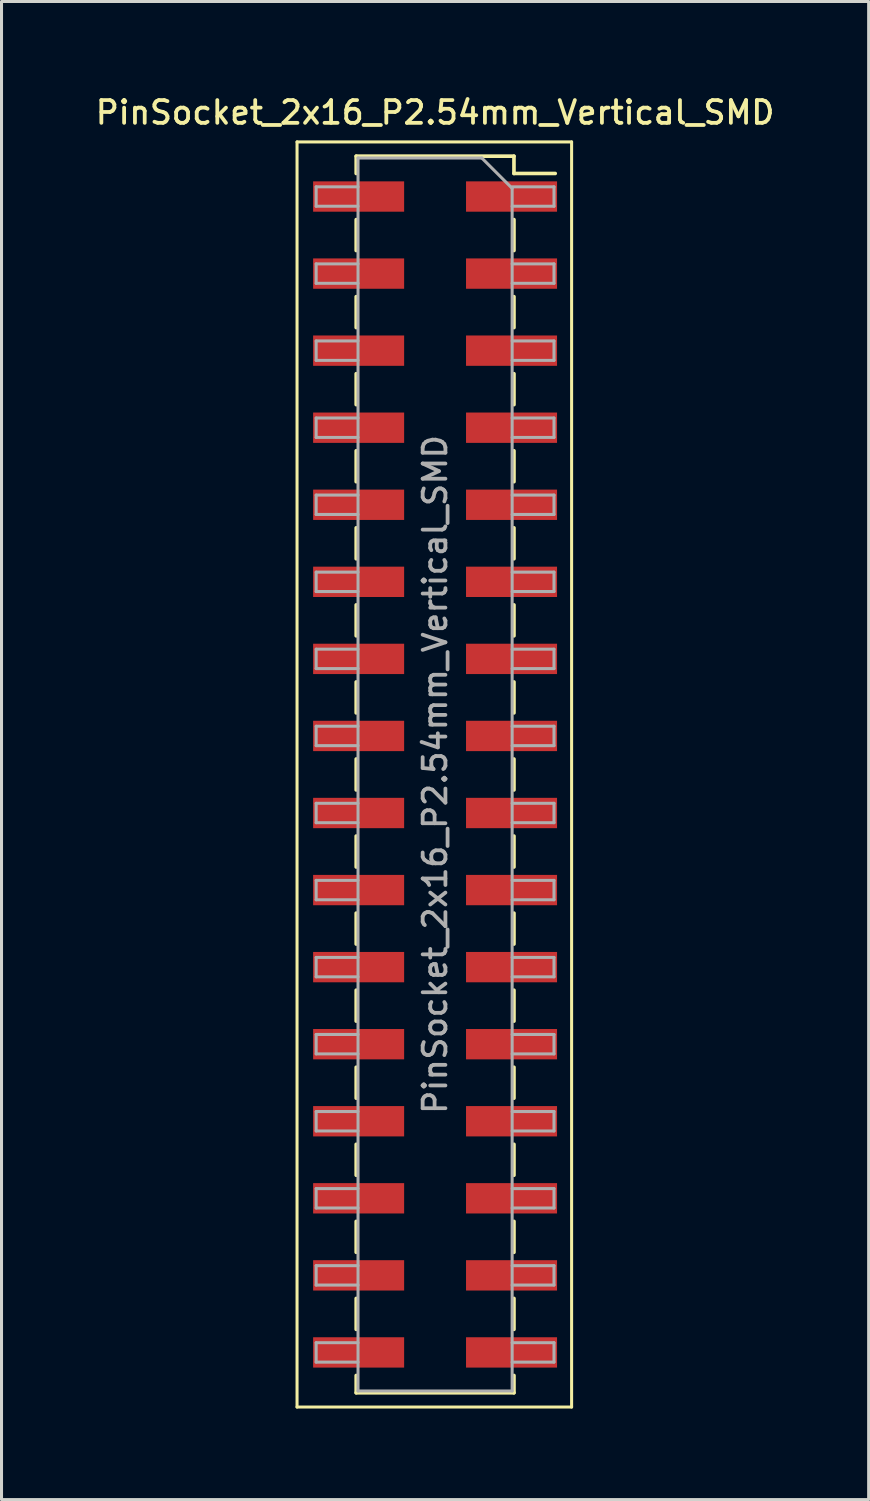
<source format=kicad_pcb>
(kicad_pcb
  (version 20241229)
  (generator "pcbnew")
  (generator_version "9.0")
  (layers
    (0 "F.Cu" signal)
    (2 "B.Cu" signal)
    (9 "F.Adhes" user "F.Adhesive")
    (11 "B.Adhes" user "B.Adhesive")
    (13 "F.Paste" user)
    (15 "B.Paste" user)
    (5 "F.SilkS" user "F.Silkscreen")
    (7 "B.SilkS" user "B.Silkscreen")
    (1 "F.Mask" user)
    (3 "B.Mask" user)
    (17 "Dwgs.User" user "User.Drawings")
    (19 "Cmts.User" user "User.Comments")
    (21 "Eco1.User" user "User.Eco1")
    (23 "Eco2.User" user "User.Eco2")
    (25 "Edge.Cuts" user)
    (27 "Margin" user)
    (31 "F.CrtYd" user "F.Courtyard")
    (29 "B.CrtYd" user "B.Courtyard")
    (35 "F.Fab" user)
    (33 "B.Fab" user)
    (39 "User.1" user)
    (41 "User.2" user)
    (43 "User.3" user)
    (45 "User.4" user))
  (footprint "PinSocket_2x16_P2.54mm_Vertical_SMD"
    (layer "F.Cu")
    (at 11.291 22.478)
    (property "Reference" "PinSocket_2x16_P2.54mm_Vertical_SMD" (at 0 -21.82 0) (layer "F.SilkS") (effects (font (size 0.75 0.75) (thickness 0.125))))
    (attr smd)
    (fp_line (start -4.55 -20.85) (end 4.5 -20.85) (stroke (width 0.1) (type solid)) (layer "F.SilkS"))
    (fp_line (start -4.55 20.85) (end -4.55 -20.85) (stroke (width 0.1) (type solid)) (layer "F.SilkS"))
    (fp_line (start -2.6 -20.38) (end -2.6 -19.81) (stroke (width 0.12) (type solid)) (layer "F.SilkS"))
    (fp_line (start -2.6 -20.38) (end 2.6 -20.38) (stroke (width 0.12) (type solid)) (layer "F.SilkS"))
    (fp_line (start -2.6 -18.29) (end -2.6 -17.27) (stroke (width 0.12) (type solid)) (layer "F.SilkS"))
    (fp_line (start -2.6 -15.75) (end -2.6 -14.73) (stroke (width 0.12) (type solid)) (layer "F.SilkS"))
    (fp_line (start -2.6 -13.21) (end -2.6 -12.19) (stroke (width 0.12) (type solid)) (layer "F.SilkS"))
    (fp_line (start -2.6 -10.67) (end -2.6 -9.65) (stroke (width 0.12) (type solid)) (layer "F.SilkS"))
    (fp_line (start -2.6 -8.13) (end -2.6 -7.11) (stroke (width 0.12) (type solid)) (layer "F.SilkS"))
    (fp_line (start -2.6 -5.59) (end -2.6 -4.57) (stroke (width 0.12) (type solid)) (layer "F.SilkS"))
    (fp_line (start -2.6 -3.05) (end -2.6 -2.03) (stroke (width 0.12) (type solid)) (layer "F.SilkS"))
    (fp_line (start -2.6 -0.51) (end -2.6 0.51) (stroke (width 0.12) (type solid)) (layer "F.SilkS"))
    (fp_line (start -2.6 2.03) (end -2.6 3.05) (stroke (width 0.12) (type solid)) (layer "F.SilkS"))
    (fp_line (start -2.6 4.57) (end -2.6 5.59) (stroke (width 0.12) (type solid)) (layer "F.SilkS"))
    (fp_line (start -2.6 7.11) (end -2.6 8.13) (stroke (width 0.12) (type solid)) (layer "F.SilkS"))
    (fp_line (start -2.6 9.65) (end -2.6 10.67) (stroke (width 0.12) (type solid)) (layer "F.SilkS"))
    (fp_line (start -2.6 12.19) (end -2.6 13.21) (stroke (width 0.12) (type solid)) (layer "F.SilkS"))
    (fp_line (start -2.6 14.73) (end -2.6 15.75) (stroke (width 0.12) (type solid)) (layer "F.SilkS"))
    (fp_line (start -2.6 17.27) (end -2.6 18.29) (stroke (width 0.12) (type solid)) (layer "F.SilkS"))
    (fp_line (start -2.6 19.81) (end -2.6 20.38) (stroke (width 0.12) (type solid)) (layer "F.SilkS"))
    (fp_line (start -2.6 20.38) (end 2.6 20.38) (stroke (width 0.12) (type solid)) (layer "F.SilkS"))
    (fp_line (start 2.6 -20.38) (end 2.6 -19.81) (stroke (width 0.12) (type solid)) (layer "F.SilkS"))
    (fp_line (start 2.6 -19.81) (end 3.96 -19.81) (stroke (width 0.12) (type solid)) (layer "F.SilkS"))
    (fp_line (start 2.6 -18.29) (end 2.6 -17.27) (stroke (width 0.12) (type solid)) (layer "F.SilkS"))
    (fp_line (start 2.6 -15.75) (end 2.6 -14.73) (stroke (width 0.12) (type solid)) (layer "F.SilkS"))
    (fp_line (start 2.6 -13.21) (end 2.6 -12.19) (stroke (width 0.12) (type solid)) (layer "F.SilkS"))
    (fp_line (start 2.6 -10.67) (end 2.6 -9.65) (stroke (width 0.12) (type solid)) (layer "F.SilkS"))
    (fp_line (start 2.6 -8.13) (end 2.6 -7.11) (stroke (width 0.12) (type solid)) (layer "F.SilkS"))
    (fp_line (start 2.6 -5.59) (end 2.6 -4.57) (stroke (width 0.12) (type solid)) (layer "F.SilkS"))
    (fp_line (start 2.6 -3.05) (end 2.6 -2.03) (stroke (width 0.12) (type solid)) (layer "F.SilkS"))
    (fp_line (start 2.6 -0.51) (end 2.6 0.51) (stroke (width 0.12) (type solid)) (layer "F.SilkS"))
    (fp_line (start 2.6 2.03) (end 2.6 3.05) (stroke (width 0.12) (type solid)) (layer "F.SilkS"))
    (fp_line (start 2.6 4.57) (end 2.6 5.59) (stroke (width 0.12) (type solid)) (layer "F.SilkS"))
    (fp_line (start 2.6 7.11) (end 2.6 8.13) (stroke (width 0.12) (type solid)) (layer "F.SilkS"))
    (fp_line (start 2.6 9.65) (end 2.6 10.67) (stroke (width 0.12) (type solid)) (layer "F.SilkS"))
    (fp_line (start 2.6 12.19) (end 2.6 13.21) (stroke (width 0.12) (type solid)) (layer "F.SilkS"))
    (fp_line (start 2.6 14.73) (end 2.6 15.75) (stroke (width 0.12) (type solid)) (layer "F.SilkS"))
    (fp_line (start 2.6 17.27) (end 2.6 18.29) (stroke (width 0.12) (type solid)) (layer "F.SilkS"))
    (fp_line (start 2.6 19.81) (end 2.6 20.38) (stroke (width 0.12) (type solid)) (layer "F.SilkS"))
    (fp_line (start 4.5 -20.85) (end 4.5 20.85) (stroke (width 0.1) (type solid)) (layer "F.SilkS"))
    (fp_line (start 4.5 20.85) (end -4.55 20.85) (stroke (width 0.1) (type solid)) (layer "F.SilkS"))
    (fp_line (start -3.92 -19.37) (end -2.54 -19.37) (stroke (width 0.1) (type solid)) (layer "F.Fab"))
    (fp_line (start -3.92 -18.73) (end -3.92 -19.37) (stroke (width 0.1) (type solid)) (layer "F.Fab"))
    (fp_line (start -3.92 -16.83) (end -2.54 -16.83) (stroke (width 0.1) (type solid)) (layer "F.Fab"))
    (fp_line (start -3.92 -16.19) (end -3.92 -16.83) (stroke (width 0.1) (type solid)) (layer "F.Fab"))
    (fp_line (start -3.92 -14.29) (end -2.54 -14.29) (stroke (width 0.1) (type solid)) (layer "F.Fab"))
    (fp_line (start -3.92 -13.65) (end -3.92 -14.29) (stroke (width 0.1) (type solid)) (layer "F.Fab"))
    (fp_line (start -3.92 -11.75) (end -2.54 -11.75) (stroke (width 0.1) (type solid)) (layer "F.Fab"))
    (fp_line (start -3.92 -11.11) (end -3.92 -11.75) (stroke (width 0.1) (type solid)) (layer "F.Fab"))
    (fp_line (start -3.92 -9.21) (end -2.54 -9.21) (stroke (width 0.1) (type solid)) (layer "F.Fab"))
    (fp_line (start -3.92 -8.57) (end -3.92 -9.21) (stroke (width 0.1) (type solid)) (layer "F.Fab"))
    (fp_line (start -3.92 -6.67) (end -2.54 -6.67) (stroke (width 0.1) (type solid)) (layer "F.Fab"))
    (fp_line (start -3.92 -6.03) (end -3.92 -6.67) (stroke (width 0.1) (type solid)) (layer "F.Fab"))
    (fp_line (start -3.92 -4.13) (end -2.54 -4.13) (stroke (width 0.1) (type solid)) (layer "F.Fab"))
    (fp_line (start -3.92 -3.49) (end -3.92 -4.13) (stroke (width 0.1) (type solid)) (layer "F.Fab"))
    (fp_line (start -3.92 -1.59) (end -2.54 -1.59) (stroke (width 0.1) (type solid)) (layer "F.Fab"))
    (fp_line (start -3.92 -0.95) (end -3.92 -1.59) (stroke (width 0.1) (type solid)) (layer "F.Fab"))
    (fp_line (start -3.92 0.95) (end -2.54 0.95) (stroke (width 0.1) (type solid)) (layer "F.Fab"))
    (fp_line (start -3.92 1.59) (end -3.92 0.95) (stroke (width 0.1) (type solid)) (layer "F.Fab"))
    (fp_line (start -3.92 3.49) (end -2.54 3.49) (stroke (width 0.1) (type solid)) (layer "F.Fab"))
    (fp_line (start -3.92 4.13) (end -3.92 3.49) (stroke (width 0.1) (type solid)) (layer "F.Fab"))
    (fp_line (start -3.92 6.03) (end -2.54 6.03) (stroke (width 0.1) (type solid)) (layer "F.Fab"))
    (fp_line (start -3.92 6.67) (end -3.92 6.03) (stroke (width 0.1) (type solid)) (layer "F.Fab"))
    (fp_line (start -3.92 8.57) (end -2.54 8.57) (stroke (width 0.1) (type solid)) (layer "F.Fab"))
    (fp_line (start -3.92 9.21) (end -3.92 8.57) (stroke (width 0.1) (type solid)) (layer "F.Fab"))
    (fp_line (start -3.92 11.11) (end -2.54 11.11) (stroke (width 0.1) (type solid)) (layer "F.Fab"))
    (fp_line (start -3.92 11.75) (end -3.92 11.11) (stroke (width 0.1) (type solid)) (layer "F.Fab"))
    (fp_line (start -3.92 13.65) (end -2.54 13.65) (stroke (width 0.1) (type solid)) (layer "F.Fab"))
    (fp_line (start -3.92 14.29) (end -3.92 13.65) (stroke (width 0.1) (type solid)) (layer "F.Fab"))
    (fp_line (start -3.92 16.19) (end -2.54 16.19) (stroke (width 0.1) (type solid)) (layer "F.Fab"))
    (fp_line (start -3.92 16.83) (end -3.92 16.19) (stroke (width 0.1) (type solid)) (layer "F.Fab"))
    (fp_line (start -3.92 18.73) (end -2.54 18.73) (stroke (width 0.1) (type solid)) (layer "F.Fab"))
    (fp_line (start -3.92 19.37) (end -3.92 18.73) (stroke (width 0.1) (type solid)) (layer "F.Fab"))
    (fp_line (start -2.54 -20.32) (end 1.54 -20.32) (stroke (width 0.1) (type solid)) (layer "F.Fab"))
    (fp_line (start -2.54 -18.73) (end -3.92 -18.73) (stroke (width 0.1) (type solid)) (layer "F.Fab"))
    (fp_line (start -2.54 -16.19) (end -3.92 -16.19) (stroke (width 0.1) (type solid)) (layer "F.Fab"))
    (fp_line (start -2.54 -13.65) (end -3.92 -13.65) (stroke (width 0.1) (type solid)) (layer "F.Fab"))
    (fp_line (start -2.54 -11.11) (end -3.92 -11.11) (stroke (width 0.1) (type solid)) (layer "F.Fab"))
    (fp_line (start -2.54 -8.57) (end -3.92 -8.57) (stroke (width 0.1) (type solid)) (layer "F.Fab"))
    (fp_line (start -2.54 -6.03) (end -3.92 -6.03) (stroke (width 0.1) (type solid)) (layer "F.Fab"))
    (fp_line (start -2.54 -3.49) (end -3.92 -3.49) (stroke (width 0.1) (type solid)) (layer "F.Fab"))
    (fp_line (start -2.54 -0.95) (end -3.92 -0.95) (stroke (width 0.1) (type solid)) (layer "F.Fab"))
    (fp_line (start -2.54 1.59) (end -3.92 1.59) (stroke (width 0.1) (type solid)) (layer "F.Fab"))
    (fp_line (start -2.54 4.13) (end -3.92 4.13) (stroke (width 0.1) (type solid)) (layer "F.Fab"))
    (fp_line (start -2.54 6.67) (end -3.92 6.67) (stroke (width 0.1) (type solid)) (layer "F.Fab"))
    (fp_line (start -2.54 9.21) (end -3.92 9.21) (stroke (width 0.1) (type solid)) (layer "F.Fab"))
    (fp_line (start -2.54 11.75) (end -3.92 11.75) (stroke (width 0.1) (type solid)) (layer "F.Fab"))
    (fp_line (start -2.54 14.29) (end -3.92 14.29) (stroke (width 0.1) (type solid)) (layer "F.Fab"))
    (fp_line (start -2.54 16.83) (end -3.92 16.83) (stroke (width 0.1) (type solid)) (layer "F.Fab"))
    (fp_line (start -2.54 19.37) (end -3.92 19.37) (stroke (width 0.1) (type solid)) (layer "F.Fab"))
    (fp_line (start -2.54 20.32) (end -2.54 -20.32) (stroke (width 0.1) (type solid)) (layer "F.Fab"))
    (fp_line (start 1.54 -20.32) (end 2.54 -19.32) (stroke (width 0.1) (type solid)) (layer "F.Fab"))
    (fp_line (start 2.54 -19.37) (end 3.92 -19.37) (stroke (width 0.1) (type solid)) (layer "F.Fab"))
    (fp_line (start 2.54 -19.32) (end 2.54 20.32) (stroke (width 0.1) (type solid)) (layer "F.Fab"))
    (fp_line (start 2.54 -16.83) (end 3.92 -16.83) (stroke (width 0.1) (type solid)) (layer "F.Fab"))
    (fp_line (start 2.54 -14.29) (end 3.92 -14.29) (stroke (width 0.1) (type solid)) (layer "F.Fab"))
    (fp_line (start 2.54 -11.75) (end 3.92 -11.75) (stroke (width 0.1) (type solid)) (layer "F.Fab"))
    (fp_line (start 2.54 -9.21) (end 3.92 -9.21) (stroke (width 0.1) (type solid)) (layer "F.Fab"))
    (fp_line (start 2.54 -6.67) (end 3.92 -6.67) (stroke (width 0.1) (type solid)) (layer "F.Fab"))
    (fp_line (start 2.54 -4.13) (end 3.92 -4.13) (stroke (width 0.1) (type solid)) (layer "F.Fab"))
    (fp_line (start 2.54 -1.59) (end 3.92 -1.59) (stroke (width 0.1) (type solid)) (layer "F.Fab"))
    (fp_line (start 2.54 0.95) (end 3.92 0.95) (stroke (width 0.1) (type solid)) (layer "F.Fab"))
    (fp_line (start 2.54 3.49) (end 3.92 3.49) (stroke (width 0.1) (type solid)) (layer "F.Fab"))
    (fp_line (start 2.54 6.03) (end 3.92 6.03) (stroke (width 0.1) (type solid)) (layer "F.Fab"))
    (fp_line (start 2.54 8.57) (end 3.92 8.57) (stroke (width 0.1) (type solid)) (layer "F.Fab"))
    (fp_line (start 2.54 11.11) (end 3.92 11.11) (stroke (width 0.1) (type solid)) (layer "F.Fab"))
    (fp_line (start 2.54 13.65) (end 3.92 13.65) (stroke (width 0.1) (type solid)) (layer "F.Fab"))
    (fp_line (start 2.54 16.19) (end 3.92 16.19) (stroke (width 0.1) (type solid)) (layer "F.Fab"))
    (fp_line (start 2.54 18.73) (end 3.92 18.73) (stroke (width 0.1) (type solid)) (layer "F.Fab"))
    (fp_line (start 2.54 20.32) (end -2.54 20.32) (stroke (width 0.1) (type solid)) (layer "F.Fab"))
    (fp_line (start 3.92 -19.37) (end 3.92 -18.73) (stroke (width 0.1) (type solid)) (layer "F.Fab"))
    (fp_line (start 3.92 -18.73) (end 2.54 -18.73) (stroke (width 0.1) (type solid)) (layer "F.Fab"))
    (fp_line (start 3.92 -16.83) (end 3.92 -16.19) (stroke (width 0.1) (type solid)) (layer "F.Fab"))
    (fp_line (start 3.92 -16.19) (end 2.54 -16.19) (stroke (width 0.1) (type solid)) (layer "F.Fab"))
    (fp_line (start 3.92 -14.29) (end 3.92 -13.65) (stroke (width 0.1) (type solid)) (layer "F.Fab"))
    (fp_line (start 3.92 -13.65) (end 2.54 -13.65) (stroke (width 0.1) (type solid)) (layer "F.Fab"))
    (fp_line (start 3.92 -11.75) (end 3.92 -11.11) (stroke (width 0.1) (type solid)) (layer "F.Fab"))
    (fp_line (start 3.92 -11.11) (end 2.54 -11.11) (stroke (width 0.1) (type solid)) (layer "F.Fab"))
    (fp_line (start 3.92 -9.21) (end 3.92 -8.57) (stroke (width 0.1) (type solid)) (layer "F.Fab"))
    (fp_line (start 3.92 -8.57) (end 2.54 -8.57) (stroke (width 0.1) (type solid)) (layer "F.Fab"))
    (fp_line (start 3.92 -6.67) (end 3.92 -6.03) (stroke (width 0.1) (type solid)) (layer "F.Fab"))
    (fp_line (start 3.92 -6.03) (end 2.54 -6.03) (stroke (width 0.1) (type solid)) (layer "F.Fab"))
    (fp_line (start 3.92 -4.13) (end 3.92 -3.49) (stroke (width 0.1) (type solid)) (layer "F.Fab"))
    (fp_line (start 3.92 -3.49) (end 2.54 -3.49) (stroke (width 0.1) (type solid)) (layer "F.Fab"))
    (fp_line (start 3.92 -1.59) (end 3.92 -0.95) (stroke (width 0.1) (type solid)) (layer "F.Fab"))
    (fp_line (start 3.92 -0.95) (end 2.54 -0.95) (stroke (width 0.1) (type solid)) (layer "F.Fab"))
    (fp_line (start 3.92 0.95) (end 3.92 1.59) (stroke (width 0.1) (type solid)) (layer "F.Fab"))
    (fp_line (start 3.92 1.59) (end 2.54 1.59) (stroke (width 0.1) (type solid)) (layer "F.Fab"))
    (fp_line (start 3.92 3.49) (end 3.92 4.13) (stroke (width 0.1) (type solid)) (layer "F.Fab"))
    (fp_line (start 3.92 4.13) (end 2.54 4.13) (stroke (width 0.1) (type solid)) (layer "F.Fab"))
    (fp_line (start 3.92 6.03) (end 3.92 6.67) (stroke (width 0.1) (type solid)) (layer "F.Fab"))
    (fp_line (start 3.92 6.67) (end 2.54 6.67) (stroke (width 0.1) (type solid)) (layer "F.Fab"))
    (fp_line (start 3.92 8.57) (end 3.92 9.21) (stroke (width 0.1) (type solid)) (layer "F.Fab"))
    (fp_line (start 3.92 9.21) (end 2.54 9.21) (stroke (width 0.1) (type solid)) (layer "F.Fab"))
    (fp_line (start 3.92 11.11) (end 3.92 11.75) (stroke (width 0.1) (type solid)) (layer "F.Fab"))
    (fp_line (start 3.92 11.75) (end 2.54 11.75) (stroke (width 0.1) (type solid)) (layer "F.Fab"))
    (fp_line (start 3.92 13.65) (end 3.92 14.29) (stroke (width 0.1) (type solid)) (layer "F.Fab"))
    (fp_line (start 3.92 14.29) (end 2.54 14.29) (stroke (width 0.1) (type solid)) (layer "F.Fab"))
    (fp_line (start 3.92 16.19) (end 3.92 16.83) (stroke (width 0.1) (type solid)) (layer "F.Fab"))
    (fp_line (start 3.92 16.83) (end 2.54 16.83) (stroke (width 0.1) (type solid)) (layer "F.Fab"))
    (fp_line (start 3.92 18.73) (end 3.92 19.37) (stroke (width 0.1) (type solid)) (layer "F.Fab"))
    (fp_line (start 3.92 19.37) (end 2.54 19.37) (stroke (width 0.1) (type solid)) (layer "F.Fab"))
    (fp_text user "${REFERENCE}" (at 0 0 90) (layer "F.Fab") (effects (font (size 0.75 0.75) (thickness 0.125))))
    (pad "1" smd rect (at 2.52 -19.05) (size 3 1) (layers "F.Cu" "F.Mask" "F.Paste"))
    (pad "2" smd rect (at -2.52 -19.05) (size 3 1) (layers "F.Cu" "F.Mask" "F.Paste"))
    (pad "3" smd rect (at 2.52 -16.51) (size 3 1) (layers "F.Cu" "F.Mask" "F.Paste"))
    (pad "4" smd rect (at -2.52 -16.51) (size 3 1) (layers "F.Cu" "F.Mask" "F.Paste"))
    (pad "5" smd rect (at 2.52 -13.97) (size 3 1) (layers "F.Cu" "F.Mask" "F.Paste"))
    (pad "6" smd rect (at -2.52 -13.97) (size 3 1) (layers "F.Cu" "F.Mask" "F.Paste"))
    (pad "7" smd rect (at 2.52 -11.43) (size 3 1) (layers "F.Cu" "F.Mask" "F.Paste"))
    (pad "8" smd rect (at -2.52 -11.43) (size 3 1) (layers "F.Cu" "F.Mask" "F.Paste"))
    (pad "9" smd rect (at 2.52 -8.89) (size 3 1) (layers "F.Cu" "F.Mask" "F.Paste"))
    (pad "10" smd rect (at -2.52 -8.89) (size 3 1) (layers "F.Cu" "F.Mask" "F.Paste"))
    (pad "11" smd rect (at 2.52 -6.35) (size 3 1) (layers "F.Cu" "F.Mask" "F.Paste"))
    (pad "12" smd rect (at -2.52 -6.35) (size 3 1) (layers "F.Cu" "F.Mask" "F.Paste"))
    (pad "13" smd rect (at 2.52 -3.81) (size 3 1) (layers "F.Cu" "F.Mask" "F.Paste"))
    (pad "14" smd rect (at -2.52 -3.81) (size 3 1) (layers "F.Cu" "F.Mask" "F.Paste"))
    (pad "15" smd rect (at 2.52 -1.27) (size 3 1) (layers "F.Cu" "F.Mask" "F.Paste"))
    (pad "16" smd rect (at -2.52 -1.27) (size 3 1) (layers "F.Cu" "F.Mask" "F.Paste"))
    (pad "17" smd rect (at 2.52 1.27) (size 3 1) (layers "F.Cu" "F.Mask" "F.Paste"))
    (pad "18" smd rect (at -2.52 1.27) (size 3 1) (layers "F.Cu" "F.Mask" "F.Paste"))
    (pad "19" smd rect (at 2.52 3.81) (size 3 1) (layers "F.Cu" "F.Mask" "F.Paste"))
    (pad "20" smd rect (at -2.52 3.81) (size 3 1) (layers "F.Cu" "F.Mask" "F.Paste"))
    (pad "21" smd rect (at 2.52 6.35) (size 3 1) (layers "F.Cu" "F.Mask" "F.Paste"))
    (pad "22" smd rect (at -2.52 6.35) (size 3 1) (layers "F.Cu" "F.Mask" "F.Paste"))
    (pad "23" smd rect (at 2.52 8.89) (size 3 1) (layers "F.Cu" "F.Mask" "F.Paste"))
    (pad "24" smd rect (at -2.52 8.89) (size 3 1) (layers "F.Cu" "F.Mask" "F.Paste"))
    (pad "25" smd rect (at 2.52 11.43) (size 3 1) (layers "F.Cu" "F.Mask" "F.Paste"))
    (pad "26" smd rect (at -2.52 11.43) (size 3 1) (layers "F.Cu" "F.Mask" "F.Paste"))
    (pad "27" smd rect (at 2.52 13.97) (size 3 1) (layers "F.Cu" "F.Mask" "F.Paste"))
    (pad "28" smd rect (at -2.52 13.97) (size 3 1) (layers "F.Cu" "F.Mask" "F.Paste"))
    (pad "29" smd rect (at 2.52 16.51) (size 3 1) (layers "F.Cu" "F.Mask" "F.Paste"))
    (pad "30" smd rect (at -2.52 16.51) (size 3 1) (layers "F.Cu" "F.Mask" "F.Paste"))
    (pad "31" smd rect (at 2.52 19.05) (size 3 1) (layers "F.Cu" "F.Mask" "F.Paste"))
    (pad "32" smd rect (at -2.52 19.05) (size 3 1) (layers "F.Cu" "F.Mask" "F.Paste")))
  (gr_rect
    (start -3 -3)
    (end 25.582 46.378)
    (stroke (width 0.1) (type default))
    (fill no)
    (layer "Edge.Cuts")))
</source>
